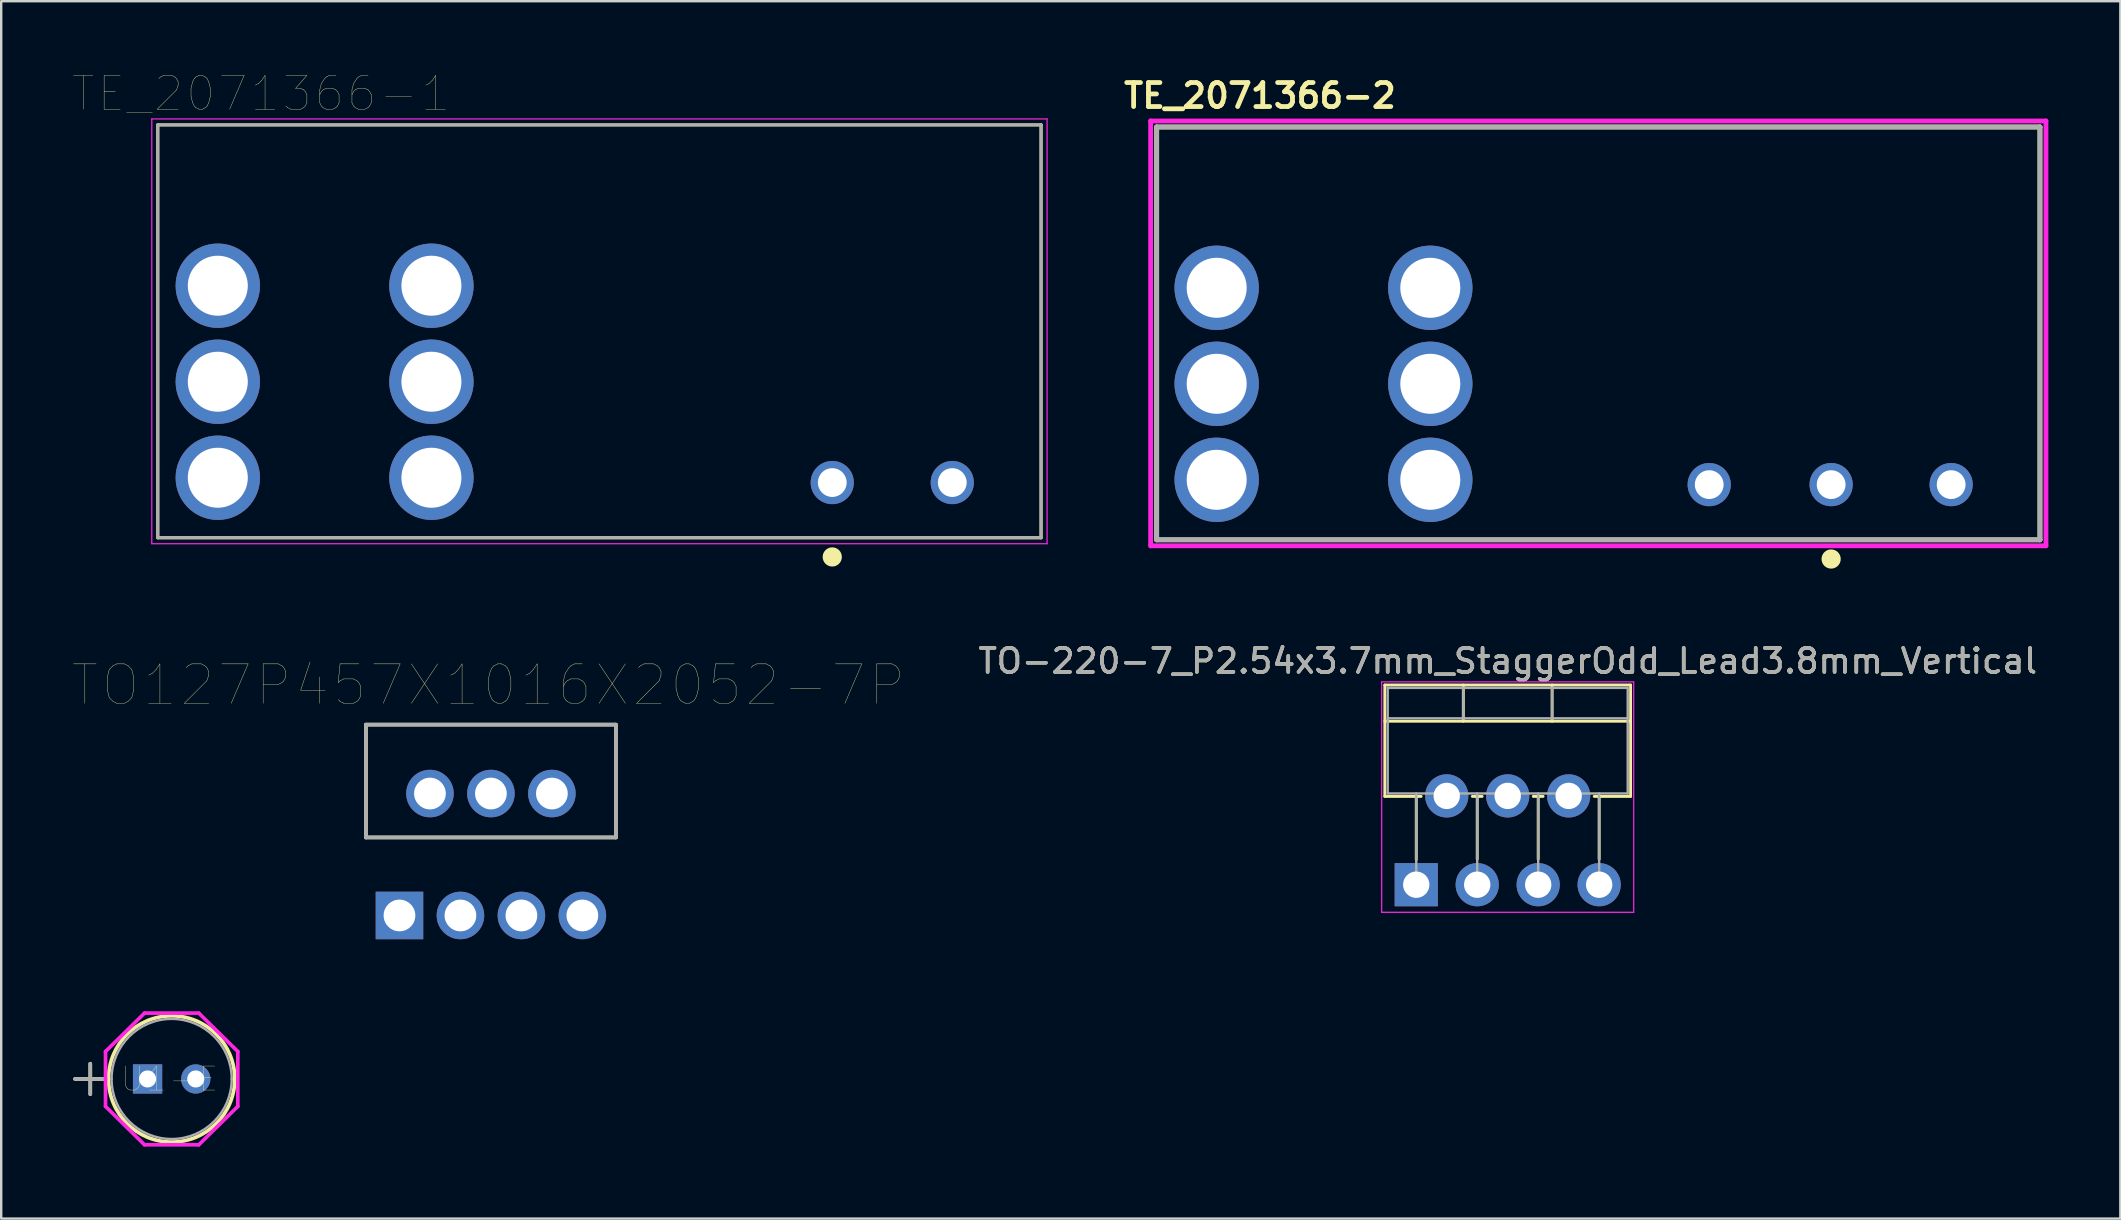
<source format=kicad_pcb>
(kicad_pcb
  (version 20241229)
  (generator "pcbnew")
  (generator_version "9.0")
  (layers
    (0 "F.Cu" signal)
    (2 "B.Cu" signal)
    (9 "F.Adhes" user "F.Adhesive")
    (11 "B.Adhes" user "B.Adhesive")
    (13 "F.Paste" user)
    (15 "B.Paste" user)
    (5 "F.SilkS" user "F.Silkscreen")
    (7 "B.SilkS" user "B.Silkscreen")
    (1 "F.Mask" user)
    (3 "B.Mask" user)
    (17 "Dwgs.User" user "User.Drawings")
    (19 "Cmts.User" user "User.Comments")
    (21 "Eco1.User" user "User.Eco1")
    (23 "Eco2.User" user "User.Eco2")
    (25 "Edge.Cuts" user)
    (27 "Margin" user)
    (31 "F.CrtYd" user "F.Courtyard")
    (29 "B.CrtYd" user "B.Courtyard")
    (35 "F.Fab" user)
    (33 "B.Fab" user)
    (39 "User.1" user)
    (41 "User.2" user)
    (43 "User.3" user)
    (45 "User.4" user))
  (footprint "TE_2071366-1"
    (layer "F.Cu")
    (at 21.924 10.754)
    (property "Reference" "TE_2071366-1" (at -14.099 -9.904 0) (layer "F.SilkS") (effects (font (size 1.408 1.408) (thickness 0.015))))
    (attr through_hole)
    (fp_line (start -18.4 -8.6) (end 18.4 -8.6) (stroke (width 0.127) (type solid)) (layer "F.SilkS"))
    (fp_line (start -18.4 8.6) (end -18.4 -8.6) (stroke (width 0.127) (type solid)) (layer "F.SilkS"))
    (fp_line (start 18.4 -8.6) (end 18.4 8.6) (stroke (width 0.127) (type solid)) (layer "F.SilkS"))
    (fp_line (start 18.4 8.6) (end -18.4 8.6) (stroke (width 0.127) (type solid)) (layer "F.SilkS"))
    (fp_circle (center 9.7 9.4) (end 9.9 9.4) (stroke (width 0.4) (type solid)) (fill no) (layer "F.SilkS"))
    (fp_line (start -18.65 -8.85) (end -18.65 8.85) (stroke (width 0.05) (type solid)) (layer "F.CrtYd"))
    (fp_line (start -18.65 8.85) (end 18.65 8.85) (stroke (width 0.05) (type solid)) (layer "F.CrtYd"))
    (fp_line (start 18.65 -8.85) (end -18.65 -8.85) (stroke (width 0.05) (type solid)) (layer "F.CrtYd"))
    (fp_line (start 18.65 8.85) (end 18.65 -8.85) (stroke (width 0.05) (type solid)) (layer "F.CrtYd"))
    (fp_line (start -18.4 -8.6) (end 18.4 -8.6) (stroke (width 0.127) (type solid)) (layer "F.Fab"))
    (fp_line (start -18.4 8.6) (end -18.4 -8.6) (stroke (width 0.127) (type solid)) (layer "F.Fab"))
    (fp_line (start 18.4 -8.6) (end 18.4 8.6) (stroke (width 0.127) (type solid)) (layer "F.Fab"))
    (fp_line (start 18.4 8.6) (end -18.4 8.6) (stroke (width 0.127) (type solid)) (layer "F.Fab"))
    (pad "1" thru_hole circle (at -15.9 6.1) (size 3.516 3.516) (drill 2.5) (layers "*.Cu" "*.Mask"))
    (pad "2" thru_hole circle (at -15.9 2.1) (size 3.516 3.516) (drill 2.5) (layers "*.Cu" "*.Mask"))
    (pad "3" thru_hole circle (at -15.9 -1.9) (size 3.516 3.516) (drill 2.5) (layers "*.Cu" "*.Mask"))
    (pad "4" thru_hole circle (at -7 6.1) (size 3.516 3.516) (drill 2.5) (layers "*.Cu" "*.Mask"))
    (pad "5" thru_hole circle (at -7 2.1) (size 3.516 3.516) (drill 2.5) (layers "*.Cu" "*.Mask"))
    (pad "6" thru_hole circle (at -7 -1.9) (size 3.516 3.516) (drill 2.5) (layers "*.Cu" "*.Mask"))
    (pad "A1" thru_hole circle (at 9.7 6.3) (size 1.8 1.8) (drill 1.2) (layers "*.Cu" "*.Mask"))
    (pad "A2" thru_hole circle (at 14.7 6.3) (size 1.8 1.8) (drill 1.2) (layers "*.Cu" "*.Mask")))
  (footprint "TO127P457X1016X2052-7P"
    (layer "F.Cu")
    (at 21.213 23.89)
    (property "Reference" "TO127P457X1016X2052-7P" (at -3.917 1.602 0) (layer "F.SilkS") (effects (font (size 1.642 1.642) (thickness 0.015))))
    (attr through_hole)
    (fp_line (start -9.017 3.251) (end -9.017 7.95) (stroke (width 0.152) (type solid)) (layer "F.SilkS"))
    (fp_line (start -9.017 7.95) (end 1.397 7.95) (stroke (width 0.152) (type solid)) (layer "F.SilkS"))
    (fp_line (start 1.397 3.251) (end -9.017 3.251) (stroke (width 0.152) (type solid)) (layer "F.SilkS"))
    (fp_line (start 1.397 7.95) (end 1.397 3.251) (stroke (width 0.152) (type solid)) (layer "F.SilkS"))
    (fp_line (start -9.017 3.251) (end -9.017 7.95) (stroke (width 0.152) (type solid)) (layer "F.Fab"))
    (fp_line (start -9.017 7.95) (end 1.397 7.95) (stroke (width 0.152) (type solid)) (layer "F.Fab"))
    (fp_line (start 1.397 3.251) (end -9.017 3.251) (stroke (width 0.152) (type solid)) (layer "F.Fab"))
    (fp_line (start 1.397 7.95) (end 1.397 3.251) (stroke (width 0.152) (type solid)) (layer "F.Fab"))
    (pad "1" thru_hole rect (at -7.62 11.201) (size 1.981 1.981) (drill 1.321) (layers "*.Cu" "*.Mask"))
    (pad "2" thru_hole circle (at -6.35 6.121) (size 1.981 1.981) (drill 1.321) (layers "*.Cu" "*.Mask"))
    (pad "3" thru_hole circle (at -5.08 11.201) (size 1.981 1.981) (drill 1.321) (layers "*.Cu" "*.Mask"))
    (pad "4" thru_hole circle (at -3.81 6.121) (size 1.981 1.981) (drill 1.321) (layers "*.Cu" "*.Mask"))
    (pad "5" thru_hole circle (at -2.54 11.201) (size 1.981 1.981) (drill 1.321) (layers "*.Cu" "*.Mask"))
    (pad "6" thru_hole circle (at -1.27 6.121) (size 1.981 1.981) (drill 1.321) (layers "*.Cu" "*.Mask"))
    (pad "7" thru_hole circle (at 0 11.201) (size 1.981 1.981) (drill 1.321) (layers "*.Cu" "*.Mask")))
  (footprint "TE_2071366-2"
    (layer "F.Cu")
    (at 63.54 10.84)
    (property "Reference" "TE_2071366-2" (at -14.099 -9.904 0) (layer "F.SilkS") (effects (font (size 1 1) (thickness 0.2))))
    (attr through_hole)
    (fp_line (start -18.4 -8.6) (end 18.4 -8.6) (stroke (width 0.2) (type solid)) (layer "F.SilkS"))
    (fp_line (start -18.4 8.6) (end -18.4 -8.6) (stroke (width 0.2) (type solid)) (layer "F.SilkS"))
    (fp_line (start 18.4 -8.6) (end 18.4 8.6) (stroke (width 0.2) (type solid)) (layer "F.SilkS"))
    (fp_line (start 18.4 8.6) (end -18.4 8.6) (stroke (width 0.2) (type solid)) (layer "F.SilkS"))
    (fp_circle (center 9.7 9.4) (end 9.9 9.4) (stroke (width 0.4) (type solid)) (fill no) (layer "F.SilkS"))
    (fp_line (start -18.65 -8.85) (end -18.65 8.85) (stroke (width 0.2) (type solid)) (layer "F.CrtYd"))
    (fp_line (start -18.65 8.85) (end 18.65 8.85) (stroke (width 0.2) (type solid)) (layer "F.CrtYd"))
    (fp_line (start 18.65 -8.85) (end -18.65 -8.85) (stroke (width 0.2) (type solid)) (layer "F.CrtYd"))
    (fp_line (start 18.65 8.85) (end 18.65 -8.85) (stroke (width 0.2) (type solid)) (layer "F.CrtYd"))
    (fp_line (start -18.4 -8.6) (end 18.4 -8.6) (stroke (width 0.2) (type solid)) (layer "F.Fab"))
    (fp_line (start -18.4 8.6) (end -18.4 -8.6) (stroke (width 0.2) (type solid)) (layer "F.Fab"))
    (fp_line (start 18.4 -8.6) (end 18.4 8.6) (stroke (width 0.2) (type solid)) (layer "F.Fab"))
    (fp_line (start 18.4 8.6) (end -18.4 8.6) (stroke (width 0.2) (type solid)) (layer "F.Fab"))
    (pad "1" thru_hole circle (at -15.9 6.1) (size 3.516 3.516) (drill 2.5) (layers "*.Cu" "*.Mask"))
    (pad "2" thru_hole circle (at -15.9 2.1) (size 3.516 3.516) (drill 2.5) (layers "*.Cu" "*.Mask"))
    (pad "3" thru_hole circle (at -15.9 -1.9) (size 3.516 3.516) (drill 2.5) (layers "*.Cu" "*.Mask"))
    (pad "4" thru_hole circle (at -7 6.1) (size 3.516 3.516) (drill 2.5) (layers "*.Cu" "*.Mask"))
    (pad "5" thru_hole circle (at -7 2.1) (size 3.516 3.516) (drill 2.5) (layers "*.Cu" "*.Mask"))
    (pad "6" thru_hole circle (at -7 -1.9) (size 3.516 3.516) (drill 2.5) (layers "*.Cu" "*.Mask"))
    (pad "A1" thru_hole circle (at 9.7 6.3) (size 1.8 1.8) (drill 1.2) (layers "*.Cu" "*.Mask"))
    (pad "A2" thru_hole circle (at 14.7 6.3) (size 1.8 1.8) (drill 1.2) (layers "*.Cu" "*.Mask"))
    (pad "A3" thru_hole circle (at 4.62 6.3) (size 1.8 1.8) (drill 1.2) (layers "*.Cu" "*.Mask")))
  (footprint "U1-E"
    (layer "F.Cu")
    (at 5.105 41.902)
    (property "Reference" "U1-E" (at -1.092 0 0) (layer "F.SilkS") (effects (font (size 1 1) (thickness 0.015))))
    (attr through_hole)
    (fp_line (start -5.029 0) (end -3.759 0) (stroke (width 0.152) (type solid)) (layer "F.SilkS"))
    (fp_line (start -4.394 -0.635) (end -4.394 0.635) (stroke (width 0.152) (type solid)) (layer "F.SilkS"))
    (fp_arc (start -3.6322 0) (mid -1.0033 -2.6289) (end 1.6256 0) (stroke (width 0.1524) (type solid)) (layer "F.SilkS"))
    (fp_arc (start 1.6256 0) (mid -1.0033 2.6289) (end -3.6322 0) (stroke (width 0.1524) (type solid)) (layer "F.SilkS"))
    (fp_line (start -2.261 0) (end -1.753 0) (stroke (width 0.152) (type solid)) (layer "Dwgs.User"))
    (fp_line (start -2.007 0.254) (end -2.007 -0.254) (stroke (width 0.152) (type solid)) (layer "Dwgs.User"))
    (fp_line (start -3.759 -1.143) (end -2.134 -2.743) (stroke (width 0.152) (type solid)) (layer "F.CrtYd"))
    (fp_line (start -3.759 1.143) (end -3.759 -1.143) (stroke (width 0.152) (type solid)) (layer "F.CrtYd"))
    (fp_line (start -2.134 -2.743) (end 0.127 -2.743) (stroke (width 0.152) (type solid)) (layer "F.CrtYd"))
    (fp_line (start -2.134 2.743) (end -3.759 1.143) (stroke (width 0.152) (type solid)) (layer "F.CrtYd"))
    (fp_line (start 0.127 -2.743) (end 1.753 -1.143) (stroke (width 0.152) (type solid)) (layer "F.CrtYd"))
    (fp_line (start 0.127 2.743) (end -2.134 2.743) (stroke (width 0.152) (type solid)) (layer "F.CrtYd"))
    (fp_line (start 1.753 -1.143) (end 1.753 1.143) (stroke (width 0.152) (type solid)) (layer "F.CrtYd"))
    (fp_line (start 1.753 1.143) (end 0.127 2.743) (stroke (width 0.152) (type solid)) (layer "F.CrtYd"))
    (fp_line (start -5.029 0) (end -3.759 0) (stroke (width 0.152) (type solid)) (layer "F.Fab"))
    (fp_line (start -4.394 -0.635) (end -4.394 0.635) (stroke (width 0.152) (type solid)) (layer "F.Fab"))
    (fp_arc (start -3.5052 0) (mid -1.0033 -2.5019) (end 1.4986 0) (stroke (width 0.1) (type solid)) (layer "F.Fab"))
    (fp_arc (start 1.4986 0) (mid -1.0033 2.5019) (end -3.5052 0) (stroke (width 0.1) (type solid)) (layer "F.Fab"))
    (pad "1" thru_hole rect (at -2.007 0) (size 1.219 1.219) (drill 0.711) (layers "*.Cu" "*.Mask"))
    (pad "2" thru_hole circle (at 0 0) (size 1.219 1.219) (drill 0.711) (layers "*.Cu" "*.Mask")))
  (footprint "TO-220-7_P2.54x3.7mm_StaggerOdd_Lead3.8mm_Vertical"
    (layer "F.Cu")
    (at 55.955 33.809)
    (property "Reference" "TO-220-7_P2.54x3.7mm_StaggerOdd_Lead3.8mm_Vertical" (at 3.81 -9.32 0) (layer "F.SilkS") (effects (font (size 1 1) (thickness 0.15))))
    (attr through_hole)
    (fp_line (start -1.31 -8.32) (end -1.31 -3.679) (stroke (width 0.12) (type solid)) (layer "F.SilkS"))
    (fp_line (start -1.31 -8.32) (end 8.93 -8.32) (stroke (width 0.12) (type solid)) (layer "F.SilkS"))
    (fp_line (start -1.31 -6.811) (end 8.93 -6.811) (stroke (width 0.12) (type solid)) (layer "F.SilkS"))
    (fp_line (start -1.31 -3.679) (end 0.205 -3.679) (stroke (width 0.12) (type solid)) (layer "F.SilkS"))
    (fp_line (start 0 -3.679) (end 0 -1.049) (stroke (width 0.12) (type solid)) (layer "F.SilkS"))
    (fp_line (start 1.96 -8.32) (end 1.96 -6.811) (stroke (width 0.12) (type solid)) (layer "F.SilkS"))
    (fp_line (start 2.336 -3.679) (end 2.745 -3.679) (stroke (width 0.12) (type solid)) (layer "F.SilkS"))
    (fp_line (start 2.54 -3.679) (end 2.54 -1.065) (stroke (width 0.12) (type solid)) (layer "F.SilkS"))
    (fp_line (start 4.875 -3.679) (end 5.285 -3.679) (stroke (width 0.12) (type solid)) (layer "F.SilkS"))
    (fp_line (start 5.08 -3.679) (end 5.08 -1.065) (stroke (width 0.12) (type solid)) (layer "F.SilkS"))
    (fp_line (start 5.66 -8.32) (end 5.66 -6.811) (stroke (width 0.12) (type solid)) (layer "F.SilkS"))
    (fp_line (start 7.415 -3.679) (end 8.93 -3.679) (stroke (width 0.12) (type solid)) (layer "F.SilkS"))
    (fp_line (start 7.62 -3.679) (end 7.62 -1.065) (stroke (width 0.12) (type solid)) (layer "F.SilkS"))
    (fp_line (start 8.93 -8.32) (end 8.93 -3.679) (stroke (width 0.12) (type solid)) (layer "F.SilkS"))
    (fp_line (start -1.44 -8.45) (end -1.44 1.15) (stroke (width 0.05) (type solid)) (layer "F.CrtYd"))
    (fp_line (start -1.44 1.15) (end 9.06 1.15) (stroke (width 0.05) (type solid)) (layer "F.CrtYd"))
    (fp_line (start 9.06 -8.45) (end -1.44 -8.45) (stroke (width 0.05) (type solid)) (layer "F.CrtYd"))
    (fp_line (start 9.06 1.15) (end 9.06 -8.45) (stroke (width 0.05) (type solid)) (layer "F.CrtYd"))
    (fp_line (start -1.19 -8.2) (end -1.19 -3.8) (stroke (width 0.1) (type solid)) (layer "F.Fab"))
    (fp_line (start -1.19 -6.93) (end 8.81 -6.93) (stroke (width 0.1) (type solid)) (layer "F.Fab"))
    (fp_line (start -1.19 -3.8) (end 8.81 -3.8) (stroke (width 0.1) (type solid)) (layer "F.Fab"))
    (fp_line (start 0 -3.8) (end 0 0) (stroke (width 0.1) (type solid)) (layer "F.Fab"))
    (fp_line (start 1.27 -3.8) (end 1.27 -3.7) (stroke (width 0.1) (type solid)) (layer "F.Fab"))
    (fp_line (start 1.96 -8.2) (end 1.96 -6.93) (stroke (width 0.1) (type solid)) (layer "F.Fab"))
    (fp_line (start 2.54 -3.8) (end 2.54 0) (stroke (width 0.1) (type solid)) (layer "F.Fab"))
    (fp_line (start 3.81 -3.8) (end 3.81 -3.7) (stroke (width 0.1) (type solid)) (layer "F.Fab"))
    (fp_line (start 5.08 -3.8) (end 5.08 0) (stroke (width 0.1) (type solid)) (layer "F.Fab"))
    (fp_line (start 5.66 -8.2) (end 5.66 -6.93) (stroke (width 0.1) (type solid)) (layer "F.Fab"))
    (fp_line (start 6.35 -3.8) (end 6.35 -3.7) (stroke (width 0.1) (type solid)) (layer "F.Fab"))
    (fp_line (start 7.62 -3.8) (end 7.62 0) (stroke (width 0.1) (type solid)) (layer "F.Fab"))
    (fp_line (start 8.81 -8.2) (end -1.19 -8.2) (stroke (width 0.1) (type solid)) (layer "F.Fab"))
    (fp_line (start 8.81 -3.8) (end 8.81 -8.2) (stroke (width 0.1) (type solid)) (layer "F.Fab"))
    (fp_text user "${REFERENCE}" (at 3.81 -9.32 0) (layer "F.Fab") (effects (font (size 1 1) (thickness 0.15))))
    (pad "1" thru_hole rect (at 0 0) (size 1.8 1.8) (drill 1.1) (layers "*.Cu" "*.Mask"))
    (pad "2" thru_hole oval (at 1.27 -3.7) (size 1.8 1.8) (drill 1.1) (layers "*.Cu" "*.Mask"))
    (pad "3" thru_hole oval (at 2.54 0) (size 1.8 1.8) (drill 1.1) (layers "*.Cu" "*.Mask"))
    (pad "4" thru_hole oval (at 3.81 -3.7) (size 1.8 1.8) (drill 1.1) (layers "*.Cu" "*.Mask"))
    (pad "5" thru_hole oval (at 5.08 0) (size 1.8 1.8) (drill 1.1) (layers "*.Cu" "*.Mask"))
    (pad "6" thru_hole oval (at 6.35 -3.7) (size 1.8 1.8) (drill 1.1) (layers "*.Cu" "*.Mask"))
    (pad "7" thru_hole oval (at 7.62 0) (size 1.8 1.8) (drill 1.1) (layers "*.Cu" "*.Mask")))
  (gr_rect
    (start -3 -3)
    (end 85.29 47.721)
    (stroke (width 0.1) (type default))
    (fill no)
    (layer "Edge.Cuts")))
</source>
